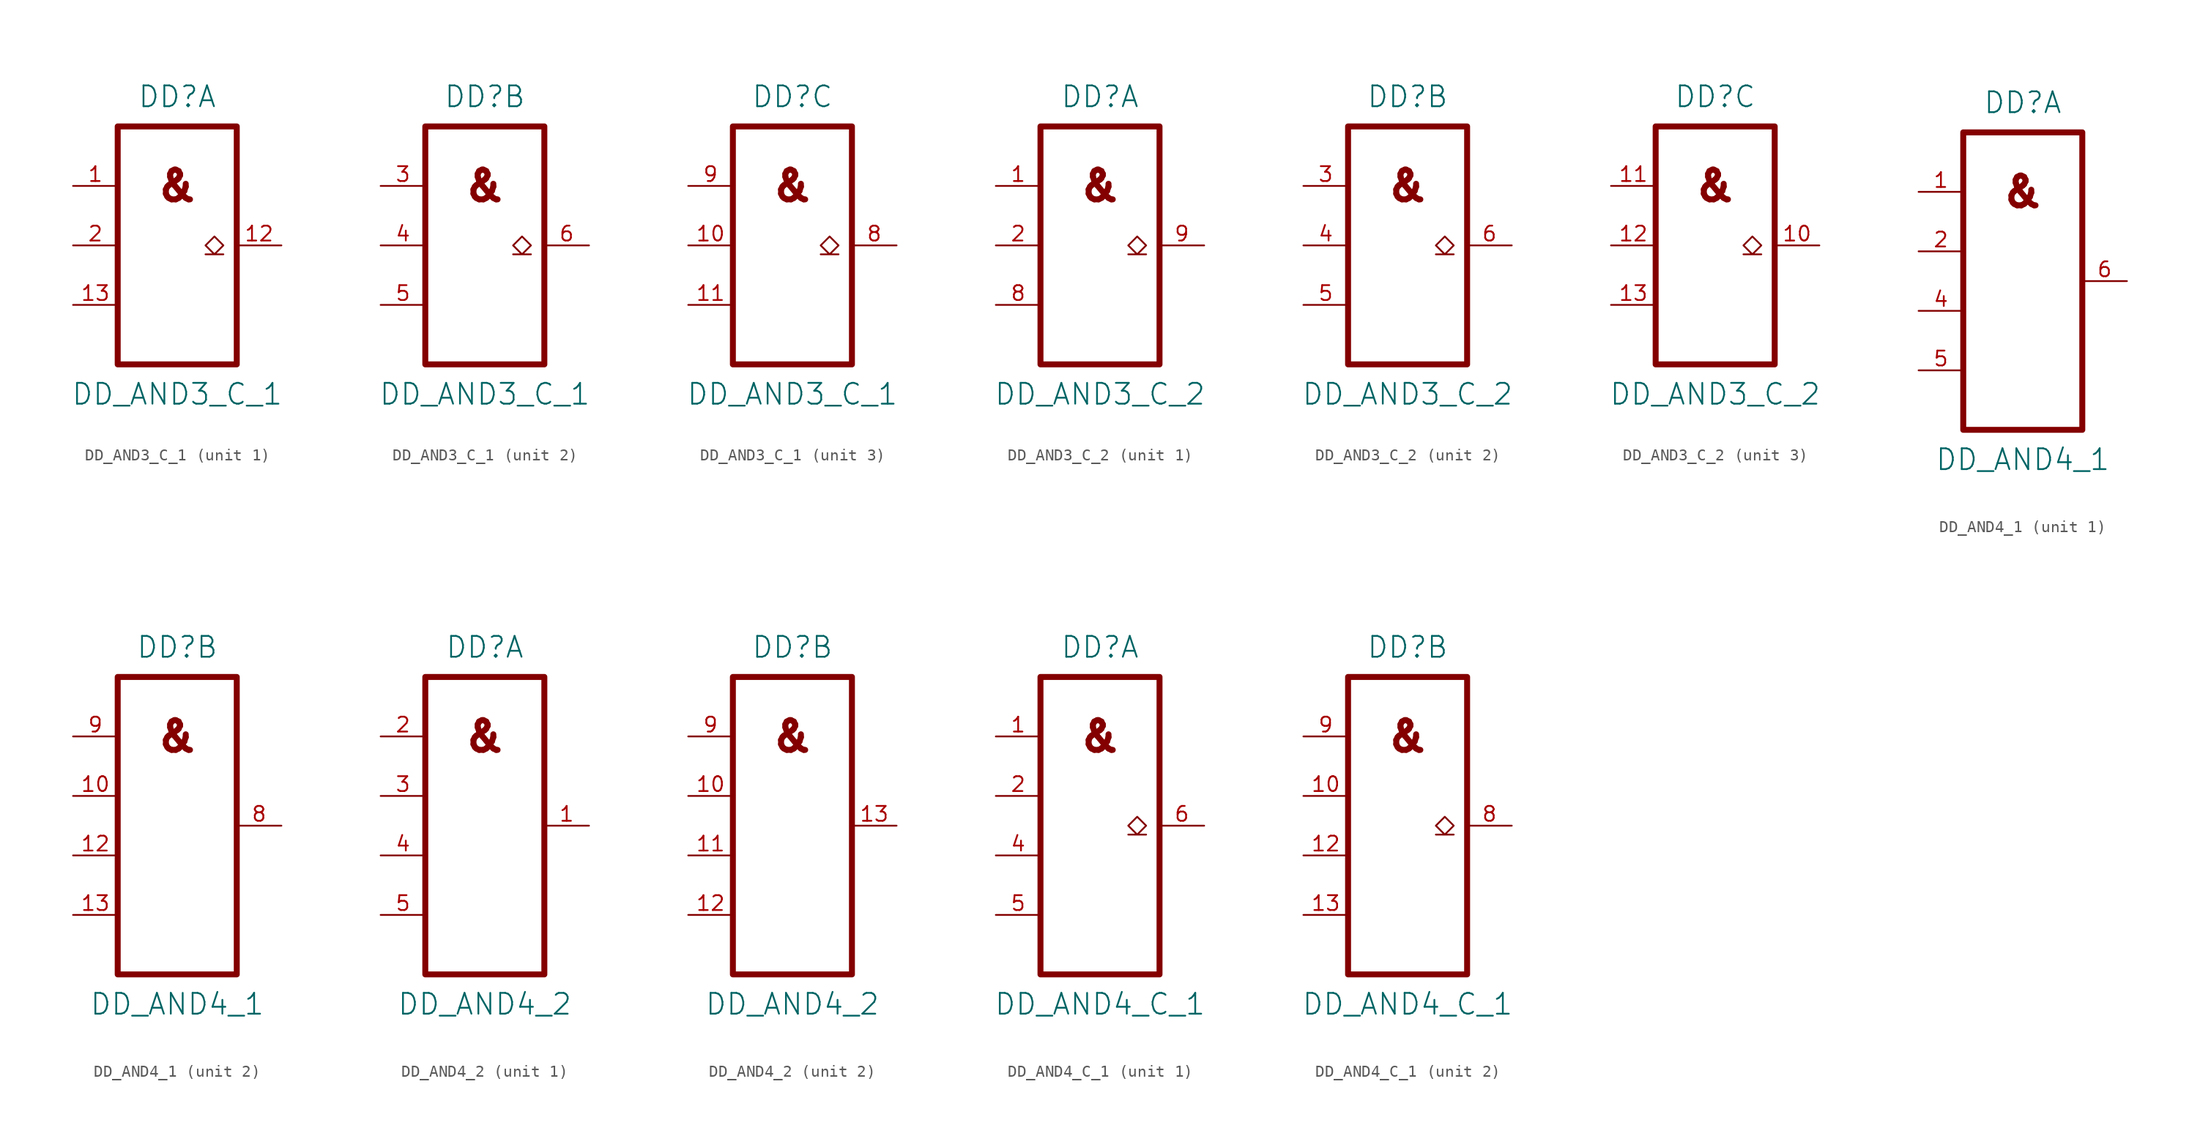
<source format=kicad_sym>
(kicad_symbol_lib
  (version 20211014)
  (generator kicad_symbol_editor)
  (symbol "DD_AND3_C_1"
    (pin_names
      (offset 1.27))
    (property "Reference" "DD"
      (at 0 12.7 0)
      (effects (font (size 1.778 1.778))))
    (property "Value" "DD_AND3_C_1"
      (at 0 -12.7 0)
      (effects (font (size 1.778 1.778))))
    (symbol "DD_AND3_C_1_0_0"
      (text "&" (at 0 5.08 0) (effects (font (size 2.54 2.54) bold))))
    (symbol "DD_AND3_C_1_0_1"
      (rectangle (start -5.08 10.16) (end 5.08 -10.16) (stroke (width 0.508) (type default) (color 0 0 0 0)) (fill (type none)))
      (polyline (pts (xy 2.413 -0.762) (xy 3.175 -0.762) (xy 2.413 0) (xy 3.175 0.762) (xy 3.937 0) (xy 3.175 -0.762) (xy 3.937 -0.762)) (stroke (width 0) (type default) (color 0 0 0 0)) (fill (type none)))
      (pin power_in non_logic (at 8.89 7.62 180) (length 3.81) hide (name "VCC" (effects (font (size 1.27 1.27)))) (number "14" (effects (font (size 1.27 1.27)))))
      (pin power_in non_logic (at 8.89 -7.62 180) (length 3.81) hide (name "GND" (effects (font (size 1.27 1.27)))) (number "7" (effects (font (size 1.27 1.27))))))
    (symbol "DD_AND3_C_1_1_1"
      (pin input line (at -8.89 5.08 0) (length 3.81) (name "~" (effects (font (size 1.778 1.778)))) (number "1" (effects (font (size 1.27 1.27)))))
      (pin output line (at 8.89 0 180) (length 3.81) (name "~" (effects (font (size 1.778 1.778)))) (number "12" (effects (font (size 1.27 1.27)))))
      (pin input line (at -8.89 -5.08 0) (length 3.81) (name "~" (effects (font (size 1.778 1.778)))) (number "13" (effects (font (size 1.27 1.27)))))
      (pin input line (at -8.89 0 0) (length 3.81) (name "~" (effects (font (size 1.778 1.778)))) (number "2" (effects (font (size 1.27 1.27))))))
    (symbol "DD_AND3_C_1_2_1"
      (pin input line (at -8.89 5.08 0) (length 3.81) (name "~" (effects (font (size 1.778 1.778)))) (number "3" (effects (font (size 1.27 1.27)))))
      (pin input line (at -8.89 0 0) (length 3.81) (name "~" (effects (font (size 1.778 1.778)))) (number "4" (effects (font (size 1.27 1.27)))))
      (pin input line (at -8.89 -5.08 0) (length 3.81) (name "~" (effects (font (size 1.778 1.778)))) (number "5" (effects (font (size 1.27 1.27)))))
      (pin output line (at 8.89 0 180) (length 3.81) (name "~" (effects (font (size 1.778 1.778)))) (number "6" (effects (font (size 1.27 1.27))))))
    (symbol "DD_AND3_C_1_3_1"
      (pin input line (at -8.89 0 0) (length 3.81) (name "~" (effects (font (size 1.778 1.778)))) (number "10" (effects (font (size 1.27 1.27)))))
      (pin input line (at -8.89 -5.08 0) (length 3.81) (name "~" (effects (font (size 1.778 1.778)))) (number "11" (effects (font (size 1.27 1.27)))))
      (pin output line (at 8.89 0 180) (length 3.81) (name "~" (effects (font (size 1.778 1.778)))) (number "8" (effects (font (size 1.27 1.27)))))
      (pin input line (at -8.89 5.08 0) (length 3.81) (name "~" (effects (font (size 1.778 1.778)))) (number "9" (effects (font (size 1.27 1.27)))))))
  (symbol "DD_AND3_C_2"
    (pin_names
      (offset 1.27))
    (property "Reference" "DD"
      (at 0 12.7 0)
      (effects (font (size 1.778 1.778))))
    (property "Value" "DD_AND3_C_2"
      (at 0 -12.7 0)
      (effects (font (size 1.778 1.778))))
    (symbol "DD_AND3_C_2_0_0"
      (text "&" (at 0 5.08 0) (effects (font (size 2.54 2.54) bold))))
    (symbol "DD_AND3_C_2_0_1"
      (rectangle (start -5.08 10.16) (end 5.08 -10.16) (stroke (width 0.508) (type default) (color 0 0 0 0)) (fill (type none)))
      (polyline (pts (xy 2.413 -0.762) (xy 3.175 -0.762) (xy 2.413 0) (xy 3.175 0.762) (xy 3.937 0) (xy 3.175 -0.762) (xy 3.937 -0.762)) (stroke (width 0) (type default) (color 0 0 0 0)) (fill (type none)))
      (pin power_in non_logic (at 8.89 7.62 180) (length 3.81) hide (name "VCC" (effects (font (size 1.27 1.27)))) (number "14" (effects (font (size 1.27 1.27)))))
      (pin power_in non_logic (at 8.89 -7.62 180) (length 3.81) hide (name "GND" (effects (font (size 1.27 1.27)))) (number "7" (effects (font (size 1.27 1.27))))))
    (symbol "DD_AND3_C_2_1_1"
      (pin input line (at -8.89 5.08 0) (length 3.81) (name "~" (effects (font (size 1.778 1.778)))) (number "1" (effects (font (size 1.27 1.27)))))
      (pin input line (at -8.89 0 0) (length 3.81) (name "~" (effects (font (size 1.778 1.778)))) (number "2" (effects (font (size 1.27 1.27)))))
      (pin input line (at -8.89 -5.08 0) (length 3.81) (name "~" (effects (font (size 1.778 1.778)))) (number "8" (effects (font (size 1.27 1.27)))))
      (pin output line (at 8.89 0 180) (length 3.81) (name "~" (effects (font (size 1.778 1.778)))) (number "9" (effects (font (size 1.27 1.27))))))
    (symbol "DD_AND3_C_2_2_1"
      (pin input line (at -8.89 5.08 0) (length 3.81) (name "~" (effects (font (size 1.778 1.778)))) (number "3" (effects (font (size 1.27 1.27)))))
      (pin input line (at -8.89 0 0) (length 3.81) (name "~" (effects (font (size 1.778 1.778)))) (number "4" (effects (font (size 1.27 1.27)))))
      (pin input line (at -8.89 -5.08 0) (length 3.81) (name "~" (effects (font (size 1.778 1.778)))) (number "5" (effects (font (size 1.27 1.27)))))
      (pin output line (at 8.89 0 180) (length 3.81) (name "~" (effects (font (size 1.778 1.778)))) (number "6" (effects (font (size 1.27 1.27))))))
    (symbol "DD_AND3_C_2_3_1"
      (pin output line (at 8.89 0 180) (length 3.81) (name "~" (effects (font (size 1.778 1.778)))) (number "10" (effects (font (size 1.27 1.27)))))
      (pin input line (at -8.89 5.08 0) (length 3.81) (name "~" (effects (font (size 1.778 1.778)))) (number "11" (effects (font (size 1.27 1.27)))))
      (pin input line (at -8.89 0 0) (length 3.81) (name "~" (effects (font (size 1.778 1.778)))) (number "12" (effects (font (size 1.27 1.27)))))
      (pin input line (at -8.89 -5.08 0) (length 3.81) (name "~" (effects (font (size 1.778 1.778)))) (number "13" (effects (font (size 1.27 1.27)))))))
  (symbol "DD_AND4_1"
    (pin_names
      (offset 1.27))
    (property "Reference" "DD"
      (at 0 15.24 0)
      (effects (font (size 1.778 1.778))))
    (property "Value" "DD_AND4_1"
      (at 0 -15.24 0)
      (effects (font (size 1.778 1.778))))
    (symbol "DD_AND4_1_0_0"
      (text "&" (at 0 7.62 0) (effects (font (size 2.54 2.54) bold))))
    (symbol "DD_AND4_1_0_1"
      (rectangle (start -5.08 12.7) (end 5.08 -12.7) (stroke (width 0.508) (type default) (color 0 0 0 0)) (fill (type none)))
      (pin power_in non_logic (at 8.89 10.16 180) (length 3.81) hide (name "VCC" (effects (font (size 1.27 1.27)))) (number "14" (effects (font (size 1.27 1.27)))))
      (pin power_in non_logic (at 8.89 -10.16 180) (length 3.81) hide (name "GND" (effects (font (size 1.27 1.27)))) (number "7" (effects (font (size 1.27 1.27))))))
    (symbol "DD_AND4_1_1_1"
      (pin input line (at -8.89 7.62 0) (length 3.81) (name "~" (effects (font (size 1.778 1.778)))) (number "1" (effects (font (size 1.27 1.27)))))
      (pin input line (at -8.89 2.54 0) (length 3.81) (name "~" (effects (font (size 1.778 1.778)))) (number "2" (effects (font (size 1.27 1.27)))))
      (pin input line (at -8.89 -2.54 0) (length 3.81) (name "~" (effects (font (size 1.778 1.778)))) (number "4" (effects (font (size 1.27 1.27)))))
      (pin input line (at -8.89 -7.62 0) (length 3.81) (name "~" (effects (font (size 1.778 1.778)))) (number "5" (effects (font (size 1.27 1.27)))))
      (pin output line (at 8.89 0 180) (length 3.81) (name "~" (effects (font (size 1.778 1.778)))) (number "6" (effects (font (size 1.27 1.27))))))
    (symbol "DD_AND4_1_2_1"
      (pin input line (at -8.89 2.54 0) (length 3.81) (name "~" (effects (font (size 1.778 1.778)))) (number "10" (effects (font (size 1.27 1.27)))))
      (pin input line (at -8.89 -2.54 0) (length 3.81) (name "~" (effects (font (size 1.778 1.778)))) (number "12" (effects (font (size 1.27 1.27)))))
      (pin input line (at -8.89 -7.62 0) (length 3.81) (name "~" (effects (font (size 1.778 1.778)))) (number "13" (effects (font (size 1.27 1.27)))))
      (pin output line (at 8.89 0 180) (length 3.81) (name "~" (effects (font (size 1.778 1.778)))) (number "8" (effects (font (size 1.27 1.27)))))
      (pin input line (at -8.89 7.62 0) (length 3.81) (name "~" (effects (font (size 1.778 1.778)))) (number "9" (effects (font (size 1.27 1.27)))))))
  (symbol "DD_AND4_2"
    (pin_names
      (offset 1.27))
    (property "Reference" "DD"
      (at 0 15.24 0)
      (effects (font (size 1.778 1.778))))
    (property "Value" "DD_AND4_2"
      (at 0 -15.24 0)
      (effects (font (size 1.778 1.778))))
    (symbol "DD_AND4_2_0_0"
      (text "&" (at 0 7.62 0) (effects (font (size 2.54 2.54) bold))))
    (symbol "DD_AND4_2_0_1"
      (rectangle (start -5.08 12.7) (end 5.08 -12.7) (stroke (width 0.508) (type default) (color 0 0 0 0)) (fill (type none)))
      (pin power_in non_logic (at 8.89 10.16 180) (length 3.81) hide (name "VCC" (effects (font (size 1.27 1.27)))) (number "14" (effects (font (size 1.27 1.27)))))
      (pin power_in non_logic (at 8.89 -10.16 180) (length 3.81) hide (name "GND" (effects (font (size 1.27 1.27)))) (number "7" (effects (font (size 1.27 1.27))))))
    (symbol "DD_AND4_2_1_1"
      (pin output line (at 8.89 0 180) (length 3.81) (name "~" (effects (font (size 1.778 1.778)))) (number "1" (effects (font (size 1.27 1.27)))))
      (pin input line (at -8.89 7.62 0) (length 3.81) (name "~" (effects (font (size 1.778 1.778)))) (number "2" (effects (font (size 1.27 1.27)))))
      (pin input line (at -8.89 2.54 0) (length 3.81) (name "~" (effects (font (size 1.778 1.778)))) (number "3" (effects (font (size 1.27 1.27)))))
      (pin input line (at -8.89 -2.54 0) (length 3.81) (name "~" (effects (font (size 1.778 1.778)))) (number "4" (effects (font (size 1.27 1.27)))))
      (pin input line (at -8.89 -7.62 0) (length 3.81) (name "~" (effects (font (size 1.778 1.778)))) (number "5" (effects (font (size 1.27 1.27))))))
    (symbol "DD_AND4_2_2_1"
      (pin input line (at -8.89 2.54 0) (length 3.81) (name "~" (effects (font (size 1.778 1.778)))) (number "10" (effects (font (size 1.27 1.27)))))
      (pin input line (at -8.89 -2.54 0) (length 3.81) (name "~" (effects (font (size 1.778 1.778)))) (number "11" (effects (font (size 1.27 1.27)))))
      (pin input line (at -8.89 -7.62 0) (length 3.81) (name "~" (effects (font (size 1.778 1.778)))) (number "12" (effects (font (size 1.27 1.27)))))
      (pin output line (at 8.89 0 180) (length 3.81) (name "~" (effects (font (size 1.778 1.778)))) (number "13" (effects (font (size 1.27 1.27)))))
      (pin input line (at -8.89 7.62 0) (length 3.81) (name "~" (effects (font (size 1.778 1.778)))) (number "9" (effects (font (size 1.27 1.27)))))))
  (symbol "DD_AND4_C_1"
    (pin_names
      (offset 1.27))
    (property "Reference" "DD"
      (at 0 15.24 0)
      (effects (font (size 1.778 1.778))))
    (property "Value" "DD_AND4_C_1"
      (at 0 -15.24 0)
      (effects (font (size 1.778 1.778))))
    (symbol "DD_AND4_C_1_0_0"
      (text "&" (at 0 7.62 0) (effects (font (size 2.54 2.54) bold))))
    (symbol "DD_AND4_C_1_0_1"
      (rectangle (start -5.08 12.7) (end 5.08 -12.7) (stroke (width 0.508) (type default) (color 0 0 0 0)) (fill (type none)))
      (polyline (pts (xy 2.413 -0.762) (xy 3.175 -0.762) (xy 2.413 0) (xy 3.175 0.762) (xy 3.937 0) (xy 3.175 -0.762) (xy 3.937 -0.762)) (stroke (width 0) (type default) (color 0 0 0 0)) (fill (type none)))
      (pin power_in non_logic (at 8.89 10.16 180) (length 3.81) hide (name "VCC" (effects (font (size 1.27 1.27)))) (number "14" (effects (font (size 1.27 1.27)))))
      (pin power_in non_logic (at 8.89 -10.16 180) (length 3.81) hide (name "GND" (effects (font (size 1.27 1.27)))) (number "7" (effects (font (size 1.27 1.27))))))
    (symbol "DD_AND4_C_1_1_1"
      (pin input line (at -8.89 7.62 0) (length 3.81) (name "~" (effects (font (size 1.778 1.778)))) (number "1" (effects (font (size 1.27 1.27)))))
      (pin input line (at -8.89 2.54 0) (length 3.81) (name "~" (effects (font (size 1.778 1.778)))) (number "2" (effects (font (size 1.27 1.27)))))
      (pin input line (at -8.89 -2.54 0) (length 3.81) (name "~" (effects (font (size 1.778 1.778)))) (number "4" (effects (font (size 1.27 1.27)))))
      (pin input line (at -8.89 -7.62 0) (length 3.81) (name "~" (effects (font (size 1.778 1.778)))) (number "5" (effects (font (size 1.27 1.27)))))
      (pin output line (at 8.89 0 180) (length 3.81) (name "~" (effects (font (size 1.778 1.778)))) (number "6" (effects (font (size 1.27 1.27))))))
    (symbol "DD_AND4_C_1_2_1"
      (pin input line (at -8.89 2.54 0) (length 3.81) (name "~" (effects (font (size 1.778 1.778)))) (number "10" (effects (font (size 1.27 1.27)))))
      (pin input line (at -8.89 -2.54 0) (length 3.81) (name "~" (effects (font (size 1.778 1.778)))) (number "12" (effects (font (size 1.27 1.27)))))
      (pin input line (at -8.89 -7.62 0) (length 3.81) (name "~" (effects (font (size 1.778 1.778)))) (number "13" (effects (font (size 1.27 1.27)))))
      (pin output line (at 8.89 0 180) (length 3.81) (name "~" (effects (font (size 1.778 1.778)))) (number "8" (effects (font (size 1.27 1.27)))))
      (pin input line (at -8.89 7.62 0) (length 3.81) (name "~" (effects (font (size 1.778 1.778)))) (number "9" (effects (font (size 1.27 1.27))))))))
</source>
